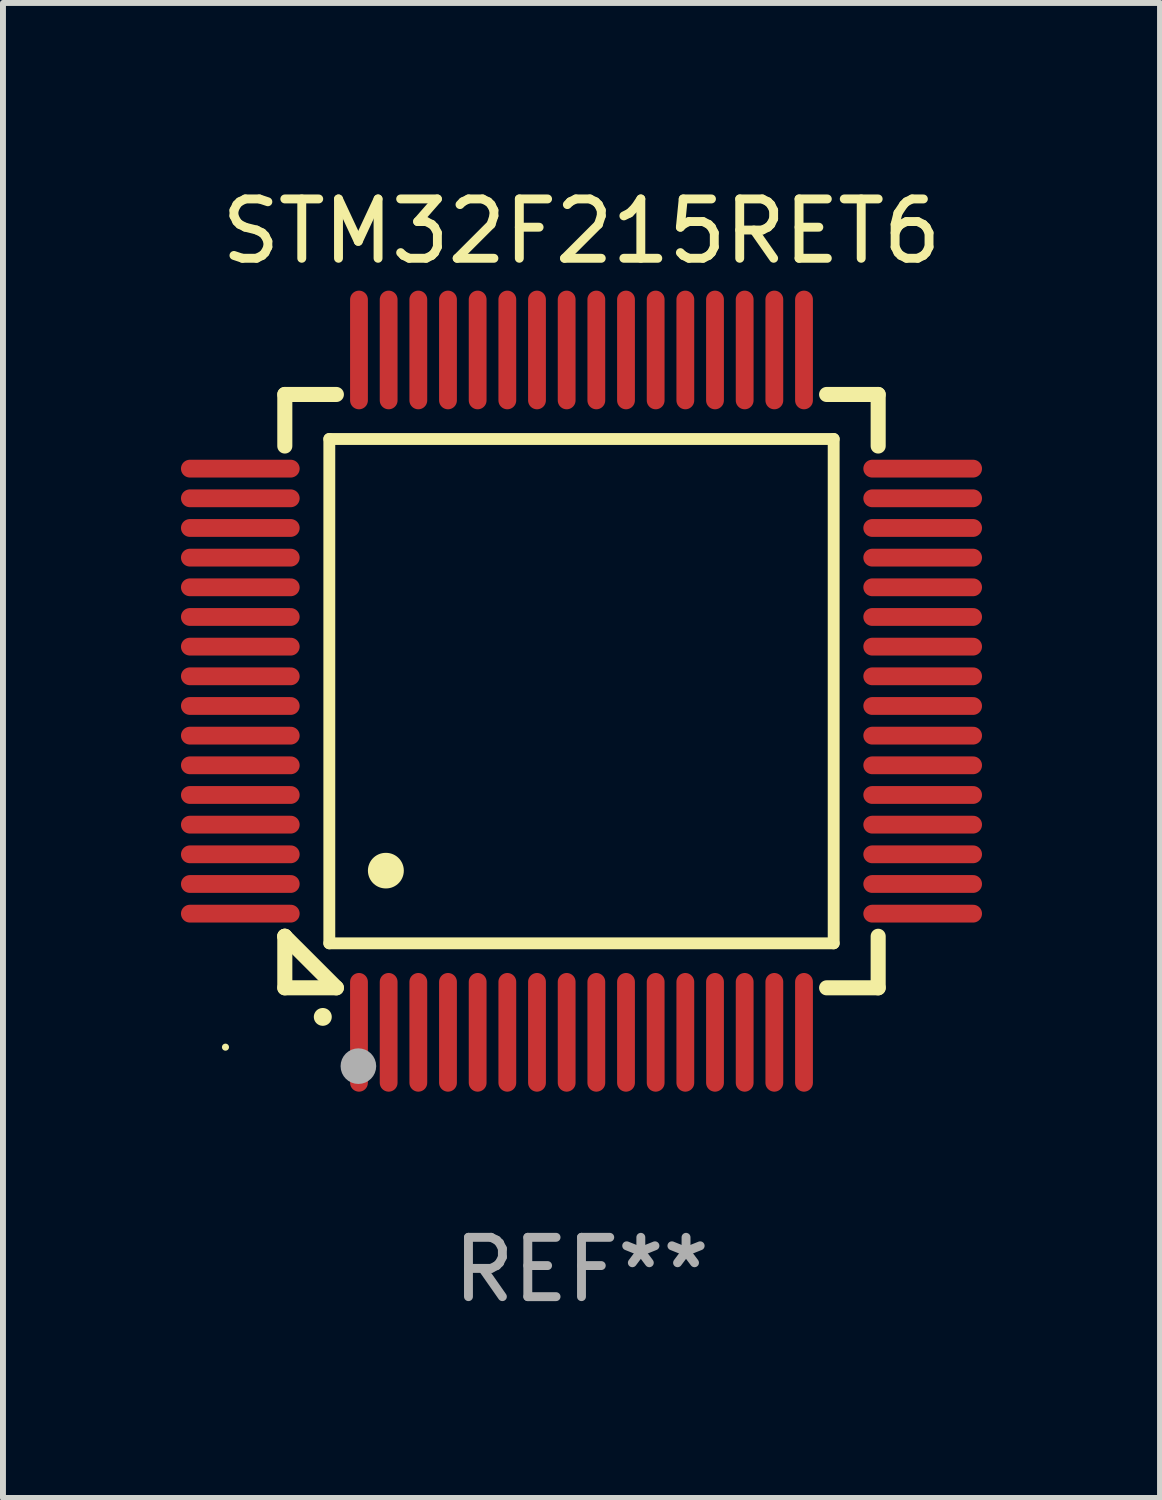
<source format=kicad_pcb>
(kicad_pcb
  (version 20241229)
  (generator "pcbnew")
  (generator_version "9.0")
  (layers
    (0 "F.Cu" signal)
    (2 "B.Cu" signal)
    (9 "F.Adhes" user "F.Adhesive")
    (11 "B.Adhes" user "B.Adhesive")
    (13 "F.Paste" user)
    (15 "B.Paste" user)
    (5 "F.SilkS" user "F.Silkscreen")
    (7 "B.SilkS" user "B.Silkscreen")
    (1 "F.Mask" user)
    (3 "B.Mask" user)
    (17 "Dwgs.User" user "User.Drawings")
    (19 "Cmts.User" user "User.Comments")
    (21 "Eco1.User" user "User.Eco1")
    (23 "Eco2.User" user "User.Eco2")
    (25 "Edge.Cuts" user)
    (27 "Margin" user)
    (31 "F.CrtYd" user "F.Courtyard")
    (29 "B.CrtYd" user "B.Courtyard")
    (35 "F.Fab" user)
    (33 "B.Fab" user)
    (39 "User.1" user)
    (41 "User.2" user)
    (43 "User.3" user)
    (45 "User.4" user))
  (footprint "STM32F215RET6"
    (layer "F.Cu")
    (at 6.75 8.598)
    (property "Reference" "STM32F215RET6" (at 0 -7.75 0) (layer "F.SilkS") (effects (font (size 1 1) (thickness 0.15))))
    (attr through_hole)
    (fp_line (start -5 -5) (end -4.131 -5) (stroke (width 0.254) (type solid)) (layer "F.SilkS"))
    (fp_line (start -5 -4.131) (end -5 -5) (stroke (width 0.254) (type solid)) (layer "F.SilkS"))
    (fp_line (start -5 4.131) (end -5 4.131) (stroke (width 0.254) (type solid)) (layer "F.SilkS"))
    (fp_line (start -5 5) (end -5 4.131) (stroke (width 0.254) (type solid)) (layer "F.SilkS"))
    (fp_line (start -5 4.131) (end -4.131 5) (stroke (width 0.254) (type solid)) (layer "F.SilkS"))
    (fp_line (start -4.25 -4.25) (end -4.25 4.25) (stroke (width 0.2) (type solid)) (layer "F.SilkS"))
    (fp_line (start -4.25 4.25) (end 4.25 4.25) (stroke (width 0.2) (type solid)) (layer "F.SilkS"))
    (fp_line (start -4.131 5) (end -5 5) (stroke (width 0.254) (type solid)) (layer "F.SilkS"))
    (fp_line (start 4.25 -4.25) (end -4.25 -4.25) (stroke (width 0.2) (type solid)) (layer "F.SilkS"))
    (fp_line (start 4.25 4.25) (end 4.25 -4.25) (stroke (width 0.2) (type solid)) (layer "F.SilkS"))
    (fp_line (start 5 -5) (end 4.131 -5) (stroke (width 0.254) (type solid)) (layer "F.SilkS"))
    (fp_line (start 5 -5) (end 5 -4.131) (stroke (width 0.254) (type solid)) (layer "F.SilkS"))
    (fp_line (start 5 4.131) (end 5 5) (stroke (width 0.254) (type solid)) (layer "F.SilkS"))
    (fp_line (start 5 5) (end 4.131 5) (stroke (width 0.254) (type solid)) (layer "F.SilkS"))
    (fp_arc (start -4.361265 5.489992) (mid -4.359995 5.489987) (end -4.358725 5.489992) (stroke (width 0.3) (type solid)) (layer "F.SilkS"))
    (fp_arc (start -3.299467 3.025146) (mid -3.296927 3.025135) (end -3.294387 3.025146) (stroke (width 0.6) (type solid)) (layer "F.SilkS"))
    (fp_circle (center -6 6) (end -5.97 6) (stroke (width 0.06) (type solid)) (fill no) (layer "F.SilkS"))
    (fp_circle (center -3.76 6.32) (end -3.61 6.32) (stroke (width 0.3) (type solid)) (fill no) (layer "F.Fab"))
    (fp_text user "REF**" (at 0 9.75 0) (layer "F.Fab") (effects (font (size 1 1) (thickness 0.15))))
    (pad "1" smd oval (at -3.75 5.75) (size 0.3 2) (layers "F.Cu" "F.Mask" "F.Paste"))
    (pad "2" smd oval (at -3.25 5.75) (size 0.3 2) (layers "F.Cu" "F.Mask" "F.Paste"))
    (pad "3" smd oval (at -2.75 5.75) (size 0.3 2) (layers "F.Cu" "F.Mask" "F.Paste"))
    (pad "4" smd oval (at -2.25 5.75) (size 0.3 2) (layers "F.Cu" "F.Mask" "F.Paste"))
    (pad "5" smd oval (at -1.75 5.75) (size 0.3 2) (layers "F.Cu" "F.Mask" "F.Paste"))
    (pad "6" smd oval (at -1.25 5.75) (size 0.3 2) (layers "F.Cu" "F.Mask" "F.Paste"))
    (pad "7" smd oval (at -0.75 5.75) (size 0.3 2) (layers "F.Cu" "F.Mask" "F.Paste"))
    (pad "8" smd oval (at -0.25 5.75) (size 0.3 2) (layers "F.Cu" "F.Mask" "F.Paste"))
    (pad "9" smd oval (at 0.25 5.75) (size 0.3 2) (layers "F.Cu" "F.Mask" "F.Paste"))
    (pad "10" smd oval (at 0.75 5.75) (size 0.3 2) (layers "F.Cu" "F.Mask" "F.Paste"))
    (pad "11" smd oval (at 1.25 5.75) (size 0.3 2) (layers "F.Cu" "F.Mask" "F.Paste"))
    (pad "12" smd oval (at 1.75 5.75) (size 0.3 2) (layers "F.Cu" "F.Mask" "F.Paste"))
    (pad "13" smd oval (at 2.25 5.75) (size 0.3 2) (layers "F.Cu" "F.Mask" "F.Paste"))
    (pad "14" smd oval (at 2.75 5.75) (size 0.3 2) (layers "F.Cu" "F.Mask" "F.Paste"))
    (pad "15" smd oval (at 3.25 5.75) (size 0.3 2) (layers "F.Cu" "F.Mask" "F.Paste"))
    (pad "16" smd oval (at 3.75 5.75) (size 0.3 2) (layers "F.Cu" "F.Mask" "F.Paste"))
    (pad "17" smd oval (at 5.75 3.75) (size 2 0.3) (layers "F.Cu" "F.Mask" "F.Paste"))
    (pad "18" smd oval (at 5.75 3.25) (size 2 0.3) (layers "F.Cu" "F.Mask" "F.Paste"))
    (pad "19" smd oval (at 5.75 2.75) (size 2 0.3) (layers "F.Cu" "F.Mask" "F.Paste"))
    (pad "20" smd oval (at 5.75 2.25) (size 2 0.3) (layers "F.Cu" "F.Mask" "F.Paste"))
    (pad "21" smd oval (at 5.75 1.75) (size 2 0.3) (layers "F.Cu" "F.Mask" "F.Paste"))
    (pad "22" smd oval (at 5.75 1.25) (size 2 0.3) (layers "F.Cu" "F.Mask" "F.Paste"))
    (pad "23" smd oval (at 5.75 0.75) (size 2 0.3) (layers "F.Cu" "F.Mask" "F.Paste"))
    (pad "24" smd oval (at 5.75 0.25) (size 2 0.3) (layers "F.Cu" "F.Mask" "F.Paste"))
    (pad "25" smd oval (at 5.75 -0.25) (size 2 0.3) (layers "F.Cu" "F.Mask" "F.Paste"))
    (pad "26" smd oval (at 5.75 -0.75) (size 2 0.3) (layers "F.Cu" "F.Mask" "F.Paste"))
    (pad "27" smd oval (at 5.75 -1.25) (size 2 0.3) (layers "F.Cu" "F.Mask" "F.Paste"))
    (pad "28" smd oval (at 5.75 -1.75) (size 2 0.3) (layers "F.Cu" "F.Mask" "F.Paste"))
    (pad "29" smd oval (at 5.75 -2.25) (size 2 0.3) (layers "F.Cu" "F.Mask" "F.Paste"))
    (pad "30" smd oval (at 5.75 -2.75) (size 2 0.3) (layers "F.Cu" "F.Mask" "F.Paste"))
    (pad "31" smd oval (at 5.75 -3.25) (size 2 0.3) (layers "F.Cu" "F.Mask" "F.Paste"))
    (pad "32" smd oval (at 5.75 -3.75) (size 2 0.3) (layers "F.Cu" "F.Mask" "F.Paste"))
    (pad "33" smd oval (at 3.75 -5.75) (size 0.3 2) (layers "F.Cu" "F.Mask" "F.Paste"))
    (pad "34" smd oval (at 3.25 -5.75) (size 0.3 2) (layers "F.Cu" "F.Mask" "F.Paste"))
    (pad "35" smd oval (at 2.75 -5.75) (size 0.3 2) (layers "F.Cu" "F.Mask" "F.Paste"))
    (pad "36" smd oval (at 2.25 -5.75) (size 0.3 2) (layers "F.Cu" "F.Mask" "F.Paste"))
    (pad "37" smd oval (at 1.75 -5.75) (size 0.3 2) (layers "F.Cu" "F.Mask" "F.Paste"))
    (pad "38" smd oval (at 1.25 -5.75) (size 0.3 2) (layers "F.Cu" "F.Mask" "F.Paste"))
    (pad "39" smd oval (at 0.75 -5.75) (size 0.3 2) (layers "F.Cu" "F.Mask" "F.Paste"))
    (pad "40" smd oval (at 0.25 -5.75) (size 0.3 2) (layers "F.Cu" "F.Mask" "F.Paste"))
    (pad "41" smd oval (at -0.25 -5.75) (size 0.3 2) (layers "F.Cu" "F.Mask" "F.Paste"))
    (pad "42" smd oval (at -0.75 -5.75) (size 0.3 2) (layers "F.Cu" "F.Mask" "F.Paste"))
    (pad "43" smd oval (at -1.25 -5.75) (size 0.3 2) (layers "F.Cu" "F.Mask" "F.Paste"))
    (pad "44" smd oval (at -1.75 -5.75) (size 0.3 2) (layers "F.Cu" "F.Mask" "F.Paste"))
    (pad "45" smd oval (at -2.25 -5.75) (size 0.3 2) (layers "F.Cu" "F.Mask" "F.Paste"))
    (pad "46" smd oval (at -2.75 -5.75) (size 0.3 2) (layers "F.Cu" "F.Mask" "F.Paste"))
    (pad "47" smd oval (at -3.25 -5.75) (size 0.3 2) (layers "F.Cu" "F.Mask" "F.Paste"))
    (pad "48" smd oval (at -3.75 -5.75) (size 0.3 2) (layers "F.Cu" "F.Mask" "F.Paste"))
    (pad "49" smd oval (at -5.75 -3.75) (size 2 0.3) (layers "F.Cu" "F.Mask" "F.Paste"))
    (pad "50" smd oval (at -5.75 -3.25) (size 2 0.3) (layers "F.Cu" "F.Mask" "F.Paste"))
    (pad "51" smd oval (at -5.75 -2.75) (size 2 0.3) (layers "F.Cu" "F.Mask" "F.Paste"))
    (pad "52" smd oval (at -5.75 -2.25) (size 2 0.3) (layers "F.Cu" "F.Mask" "F.Paste"))
    (pad "53" smd oval (at -5.75 -1.75) (size 2 0.3) (layers "F.Cu" "F.Mask" "F.Paste"))
    (pad "54" smd oval (at -5.75 -1.25) (size 2 0.3) (layers "F.Cu" "F.Mask" "F.Paste"))
    (pad "55" smd oval (at -5.75 -0.75) (size 2 0.3) (layers "F.Cu" "F.Mask" "F.Paste"))
    (pad "56" smd oval (at -5.75 -0.25) (size 2 0.3) (layers "F.Cu" "F.Mask" "F.Paste"))
    (pad "57" smd oval (at -5.75 0.25) (size 2 0.3) (layers "F.Cu" "F.Mask" "F.Paste"))
    (pad "58" smd oval (at -5.75 0.75) (size 2 0.3) (layers "F.Cu" "F.Mask" "F.Paste"))
    (pad "59" smd oval (at -5.75 1.25) (size 2 0.3) (layers "F.Cu" "F.Mask" "F.Paste"))
    (pad "60" smd oval (at -5.75 1.75) (size 2 0.3) (layers "F.Cu" "F.Mask" "F.Paste"))
    (pad "61" smd oval (at -5.75 2.25) (size 2 0.3) (layers "F.Cu" "F.Mask" "F.Paste"))
    (pad "62" smd oval (at -5.75 2.75) (size 2 0.3) (layers "F.Cu" "F.Mask" "F.Paste"))
    (pad "63" smd oval (at -5.75 3.25) (size 2 0.3) (layers "F.Cu" "F.Mask" "F.Paste"))
    (pad "64" smd oval (at -5.75 3.75) (size 2 0.3) (layers "F.Cu" "F.Mask" "F.Paste")))
  (gr_rect
    (start -3 -3)
    (end 16.5 22.196)
    (stroke (width 0.1) (type default))
    (fill no)
    (layer "Edge.Cuts")))
</source>
